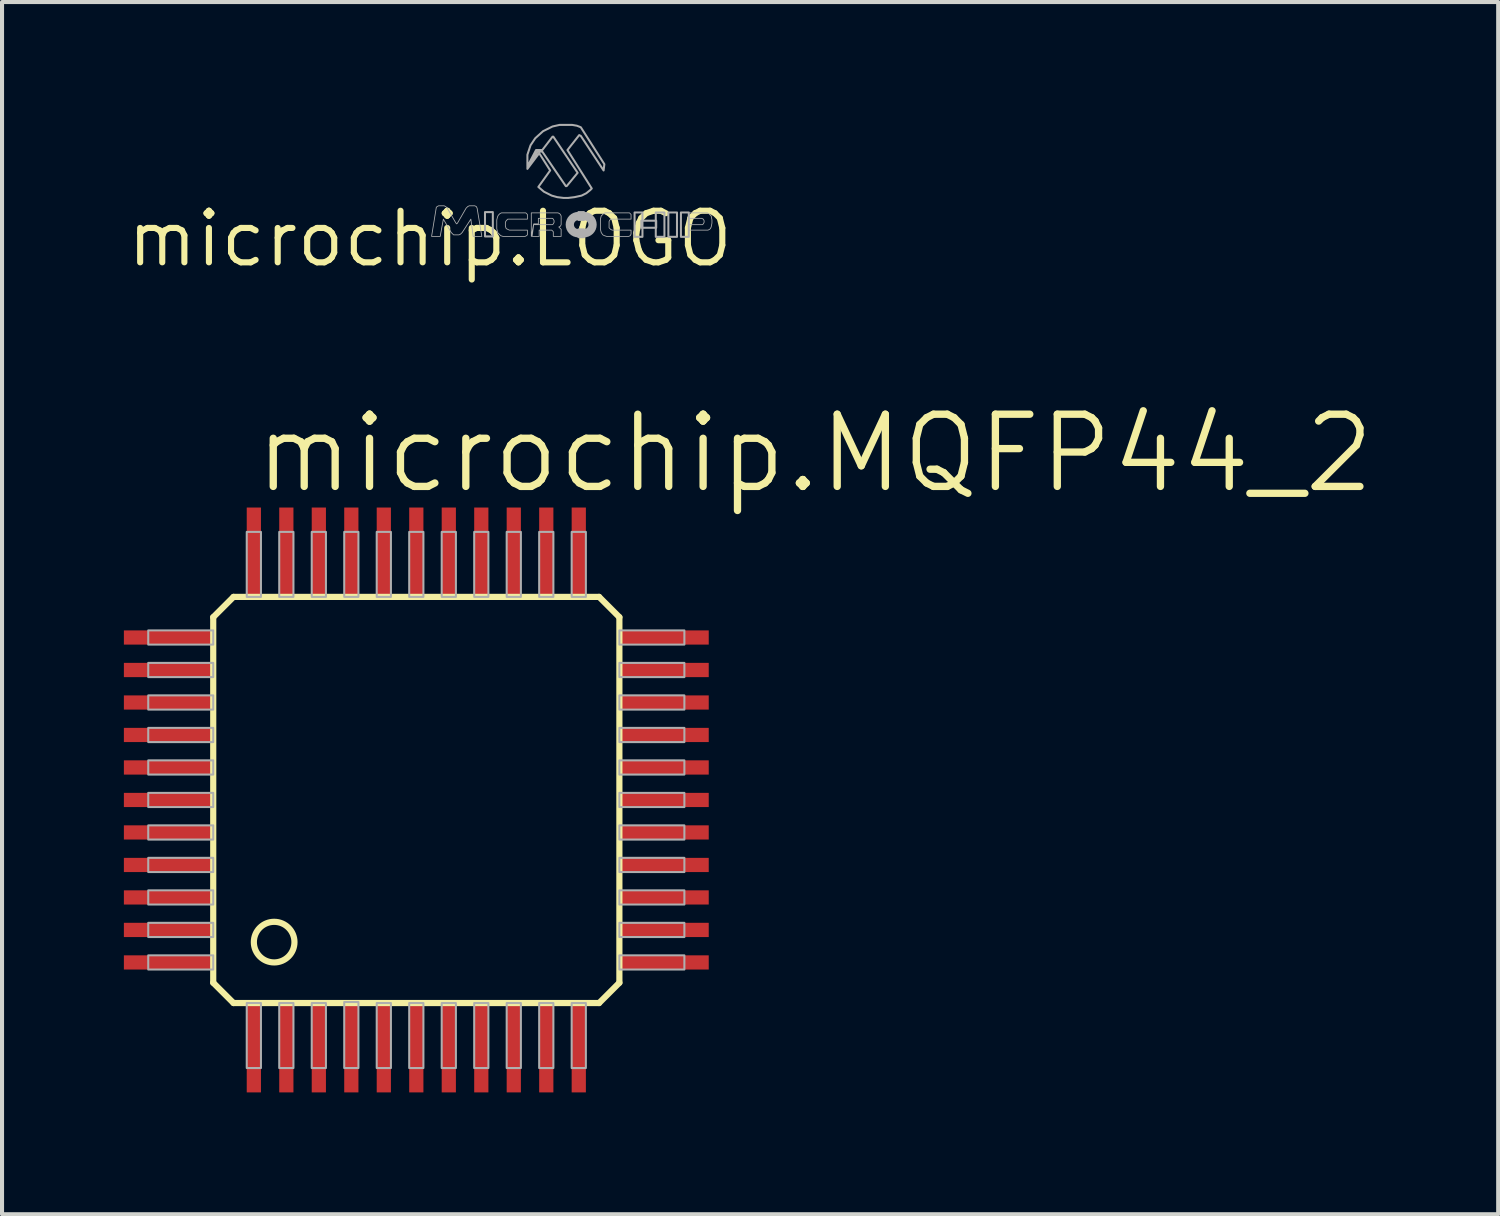
<source format=kicad_pcb>
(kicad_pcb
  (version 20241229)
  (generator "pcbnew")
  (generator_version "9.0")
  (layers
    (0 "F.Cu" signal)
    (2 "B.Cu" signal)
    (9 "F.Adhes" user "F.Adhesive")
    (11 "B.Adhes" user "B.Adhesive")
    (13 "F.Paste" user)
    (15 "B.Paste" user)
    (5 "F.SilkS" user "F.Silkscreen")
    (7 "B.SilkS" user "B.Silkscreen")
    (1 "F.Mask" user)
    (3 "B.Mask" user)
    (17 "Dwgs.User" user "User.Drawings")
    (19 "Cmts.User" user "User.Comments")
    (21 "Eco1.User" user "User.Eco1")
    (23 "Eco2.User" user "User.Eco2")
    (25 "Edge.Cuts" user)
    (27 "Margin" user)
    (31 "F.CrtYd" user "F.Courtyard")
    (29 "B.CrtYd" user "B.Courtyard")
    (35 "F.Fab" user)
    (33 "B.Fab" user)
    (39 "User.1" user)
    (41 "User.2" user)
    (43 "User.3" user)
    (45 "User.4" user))
  (footprint "microchip.MQFP44_2"
    (layer "F.Cu")
    (at 7.2 16.646)
    (property "Reference" "microchip.MQFP44_2" (at -4.064 -7.493 0) (layer "F.SilkS") (effects (font (size 1.778 1.778) (thickness 0.18)) (justify left bottom)))
    (attr smd)
    (fp_line (start -5 -4.5) (end -5 4.5) (stroke (width 0.152) (type default)) (layer "F.SilkS"))
    (fp_line (start -5 4.5) (end -4.5 5) (stroke (width 0.152) (type default)) (layer "F.SilkS"))
    (fp_line (start -4.5 -5) (end -5 -4.5) (stroke (width 0.152) (type default)) (layer "F.SilkS"))
    (fp_line (start -4.5 5) (end 4.5 5) (stroke (width 0.152) (type default)) (layer "F.SilkS"))
    (fp_line (start 4.5 -5) (end -4.5 -5) (stroke (width 0.152) (type default)) (layer "F.SilkS"))
    (fp_line (start 4.5 5) (end 5 4.5) (stroke (width 0.152) (type default)) (layer "F.SilkS"))
    (fp_line (start 5 -4.5) (end 4.5 -5) (stroke (width 0.152) (type default)) (layer "F.SilkS"))
    (fp_line (start 5 4.5) (end 5 -4.5) (stroke (width 0.152) (type default)) (layer "F.SilkS"))
    (fp_circle (center -3.5 3.5) (end -3 3.5) (stroke (width 0.152) (type default)) (fill no) (layer "F.SilkS"))
    (fp_rect (start -6.6 -3.825) (end -5 -4.175) (stroke (width 0.05) (type default)) (fill no) (layer "F.Fab"))
    (fp_rect (start -6.6 -3.025) (end -5 -3.375) (stroke (width 0.05) (type default)) (fill no) (layer "F.Fab"))
    (fp_rect (start -6.6 -2.225) (end -5 -2.575) (stroke (width 0.05) (type default)) (fill no) (layer "F.Fab"))
    (fp_rect (start -6.6 -1.425) (end -5 -1.775) (stroke (width 0.05) (type default)) (fill no) (layer "F.Fab"))
    (fp_rect (start -6.6 -0.625) (end -5 -0.975) (stroke (width 0.05) (type default)) (fill no) (layer "F.Fab"))
    (fp_rect (start -6.6 0.175) (end -5 -0.175) (stroke (width 0.05) (type default)) (fill no) (layer "F.Fab"))
    (fp_rect (start -6.6 0.975) (end -5 0.625) (stroke (width 0.05) (type default)) (fill no) (layer "F.Fab"))
    (fp_rect (start -6.6 1.775) (end -5 1.425) (stroke (width 0.05) (type default)) (fill no) (layer "F.Fab"))
    (fp_rect (start -6.6 2.575) (end -5 2.225) (stroke (width 0.05) (type default)) (fill no) (layer "F.Fab"))
    (fp_rect (start -6.6 3.375) (end -5 3.025) (stroke (width 0.05) (type default)) (fill no) (layer "F.Fab"))
    (fp_rect (start -6.6 4.175) (end -5 3.825) (stroke (width 0.05) (type default)) (fill no) (layer "F.Fab"))
    (fp_rect (start -4.175 -5) (end -3.825 -6.6) (stroke (width 0.05) (type default)) (fill no) (layer "F.Fab"))
    (fp_rect (start -4.175 6.6) (end -3.825 5) (stroke (width 0.05) (type default)) (fill no) (layer "F.Fab"))
    (fp_rect (start -3.375 -5) (end -3.025 -6.6) (stroke (width 0.05) (type default)) (fill no) (layer "F.Fab"))
    (fp_rect (start -3.375 6.6) (end -3.025 5) (stroke (width 0.05) (type default)) (fill no) (layer "F.Fab"))
    (fp_rect (start -2.575 -5) (end -2.225 -6.6) (stroke (width 0.05) (type default)) (fill no) (layer "F.Fab"))
    (fp_rect (start -2.575 6.6) (end -2.225 5) (stroke (width 0.05) (type default)) (fill no) (layer "F.Fab"))
    (fp_rect (start -1.775 -5) (end -1.425 -6.6) (stroke (width 0.05) (type default)) (fill no) (layer "F.Fab"))
    (fp_rect (start -1.775 6.6) (end -1.425 4.975) (stroke (width 0.05) (type default)) (fill no) (layer "F.Fab"))
    (fp_rect (start -0.975 -5) (end -0.625 -6.6) (stroke (width 0.05) (type default)) (fill no) (layer "F.Fab"))
    (fp_rect (start -0.975 6.6) (end -0.625 5) (stroke (width 0.05) (type default)) (fill no) (layer "F.Fab"))
    (fp_rect (start -0.175 -5) (end 0.175 -6.6) (stroke (width 0.05) (type default)) (fill no) (layer "F.Fab"))
    (fp_rect (start -0.175 6.6) (end 0.175 5) (stroke (width 0.05) (type default)) (fill no) (layer "F.Fab"))
    (fp_rect (start 0.625 -5) (end 0.975 -6.6) (stroke (width 0.05) (type default)) (fill no) (layer "F.Fab"))
    (fp_rect (start 0.625 6.6) (end 0.975 5) (stroke (width 0.05) (type default)) (fill no) (layer "F.Fab"))
    (fp_rect (start 1.425 -5) (end 1.775 -6.6) (stroke (width 0.05) (type default)) (fill no) (layer "F.Fab"))
    (fp_rect (start 1.425 6.6) (end 1.775 5) (stroke (width 0.05) (type default)) (fill no) (layer "F.Fab"))
    (fp_rect (start 2.225 -5) (end 2.575 -6.6) (stroke (width 0.05) (type default)) (fill no) (layer "F.Fab"))
    (fp_rect (start 2.225 6.6) (end 2.575 5) (stroke (width 0.05) (type default)) (fill no) (layer "F.Fab"))
    (fp_rect (start 3.025 -5) (end 3.375 -6.6) (stroke (width 0.05) (type default)) (fill no) (layer "F.Fab"))
    (fp_rect (start 3.025 6.6) (end 3.375 5) (stroke (width 0.05) (type default)) (fill no) (layer "F.Fab"))
    (fp_rect (start 3.825 -5) (end 4.175 -6.6) (stroke (width 0.05) (type default)) (fill no) (layer "F.Fab"))
    (fp_rect (start 3.825 6.6) (end 4.175 5) (stroke (width 0.05) (type default)) (fill no) (layer "F.Fab"))
    (fp_rect (start 5 -3.825) (end 6.6 -4.175) (stroke (width 0.05) (type default)) (fill no) (layer "F.Fab"))
    (fp_rect (start 5 -3.025) (end 6.6 -3.375) (stroke (width 0.05) (type default)) (fill no) (layer "F.Fab"))
    (fp_rect (start 5 -2.225) (end 6.6 -2.575) (stroke (width 0.05) (type default)) (fill no) (layer "F.Fab"))
    (fp_rect (start 5 -1.425) (end 6.6 -1.775) (stroke (width 0.05) (type default)) (fill no) (layer "F.Fab"))
    (fp_rect (start 5 -0.625) (end 6.6 -0.975) (stroke (width 0.05) (type default)) (fill no) (layer "F.Fab"))
    (fp_rect (start 5 0.175) (end 6.6 -0.175) (stroke (width 0.05) (type default)) (fill no) (layer "F.Fab"))
    (fp_rect (start 5 0.975) (end 6.6 0.625) (stroke (width 0.05) (type default)) (fill no) (layer "F.Fab"))
    (fp_rect (start 5 1.775) (end 6.6 1.425) (stroke (width 0.05) (type default)) (fill no) (layer "F.Fab"))
    (fp_rect (start 5 2.575) (end 6.6 2.225) (stroke (width 0.05) (type default)) (fill no) (layer "F.Fab"))
    (fp_rect (start 5 3.375) (end 6.6 3.025) (stroke (width 0.05) (type default)) (fill no) (layer "F.Fab"))
    (fp_rect (start 5 4.175) (end 6.6 3.825) (stroke (width 0.05) (type default)) (fill no) (layer "F.Fab"))
    (pad "1" smd roundrect (at -4 6.1) (size 0.35 2.2) (layers "F.Cu" "F.Mask" "F.Paste") (roundrect_rratio 0.01))
    (pad "2" smd roundrect (at -3.2 6.1) (size 0.35 2.2) (layers "F.Cu" "F.Mask" "F.Paste") (roundrect_rratio 0.01))
    (pad "3" smd roundrect (at -2.4 6.1) (size 0.35 2.2) (layers "F.Cu" "F.Mask" "F.Paste") (roundrect_rratio 0.01))
    (pad "4" smd roundrect (at -1.6 6.1) (size 0.35 2.2) (layers "F.Cu" "F.Mask" "F.Paste") (roundrect_rratio 0.01))
    (pad "5" smd roundrect (at -0.8 6.1) (size 0.35 2.2) (layers "F.Cu" "F.Mask" "F.Paste") (roundrect_rratio 0.01))
    (pad "6" smd roundrect (at 0 6.1) (size 0.35 2.2) (layers "F.Cu" "F.Mask" "F.Paste") (roundrect_rratio 0.01))
    (pad "7" smd roundrect (at 0.8 6.1) (size 0.35 2.2) (layers "F.Cu" "F.Mask" "F.Paste") (roundrect_rratio 0.01))
    (pad "8" smd roundrect (at 1.6 6.1) (size 0.35 2.2) (layers "F.Cu" "F.Mask" "F.Paste") (roundrect_rratio 0.01))
    (pad "9" smd roundrect (at 2.4 6.1) (size 0.35 2.2) (layers "F.Cu" "F.Mask" "F.Paste") (roundrect_rratio 0.01))
    (pad "10" smd roundrect (at 3.2 6.1) (size 0.35 2.2) (layers "F.Cu" "F.Mask" "F.Paste") (roundrect_rratio 0.01))
    (pad "11" smd roundrect (at 4 6.1) (size 0.35 2.2) (layers "F.Cu" "F.Mask" "F.Paste") (roundrect_rratio 0.01))
    (pad "12" smd roundrect (at 6.1 4) (size 2.2 0.35) (layers "F.Cu" "F.Mask" "F.Paste") (roundrect_rratio 0.01))
    (pad "13" smd roundrect (at 6.1 3.2) (size 2.2 0.35) (layers "F.Cu" "F.Mask" "F.Paste") (roundrect_rratio 0.01))
    (pad "14" smd roundrect (at 6.1 2.4) (size 2.2 0.35) (layers "F.Cu" "F.Mask" "F.Paste") (roundrect_rratio 0.01))
    (pad "15" smd roundrect (at 6.1 1.6) (size 2.2 0.35) (layers "F.Cu" "F.Mask" "F.Paste") (roundrect_rratio 0.01))
    (pad "16" smd roundrect (at 6.1 0.8) (size 2.2 0.35) (layers "F.Cu" "F.Mask" "F.Paste") (roundrect_rratio 0.01))
    (pad "17" smd roundrect (at 6.1 0) (size 2.2 0.35) (layers "F.Cu" "F.Mask" "F.Paste") (roundrect_rratio 0.01))
    (pad "18" smd roundrect (at 6.1 -0.8) (size 2.2 0.35) (layers "F.Cu" "F.Mask" "F.Paste") (roundrect_rratio 0.01))
    (pad "19" smd roundrect (at 6.1 -1.6) (size 2.2 0.35) (layers "F.Cu" "F.Mask" "F.Paste") (roundrect_rratio 0.01))
    (pad "20" smd roundrect (at 6.1 -2.4) (size 2.2 0.35) (layers "F.Cu" "F.Mask" "F.Paste") (roundrect_rratio 0.01))
    (pad "21" smd roundrect (at 6.1 -3.2) (size 2.2 0.35) (layers "F.Cu" "F.Mask" "F.Paste") (roundrect_rratio 0.01))
    (pad "22" smd roundrect (at 6.1 -4) (size 2.2 0.35) (layers "F.Cu" "F.Mask" "F.Paste") (roundrect_rratio 0.01))
    (pad "23" smd roundrect (at 4 -6.1) (size 0.35 2.2) (layers "F.Cu" "F.Mask" "F.Paste") (roundrect_rratio 0.01))
    (pad "24" smd roundrect (at 3.2 -6.1) (size 0.35 2.2) (layers "F.Cu" "F.Mask" "F.Paste") (roundrect_rratio 0.01))
    (pad "25" smd roundrect (at 2.4 -6.1) (size 0.35 2.2) (layers "F.Cu" "F.Mask" "F.Paste") (roundrect_rratio 0.01))
    (pad "26" smd roundrect (at 1.6 -6.1) (size 0.35 2.2) (layers "F.Cu" "F.Mask" "F.Paste") (roundrect_rratio 0.01))
    (pad "27" smd roundrect (at 0.8 -6.1) (size 0.35 2.2) (layers "F.Cu" "F.Mask" "F.Paste") (roundrect_rratio 0.01))
    (pad "28" smd roundrect (at 0 -6.1) (size 0.35 2.2) (layers "F.Cu" "F.Mask" "F.Paste") (roundrect_rratio 0.01))
    (pad "29" smd roundrect (at -0.8 -6.1) (size 0.35 2.2) (layers "F.Cu" "F.Mask" "F.Paste") (roundrect_rratio 0.01))
    (pad "30" smd roundrect (at -1.6 -6.1) (size 0.35 2.2) (layers "F.Cu" "F.Mask" "F.Paste") (roundrect_rratio 0.01))
    (pad "31" smd roundrect (at -2.4 -6.1) (size 0.35 2.2) (layers "F.Cu" "F.Mask" "F.Paste") (roundrect_rratio 0.01))
    (pad "32" smd roundrect (at -3.2 -6.1) (size 0.35 2.2) (layers "F.Cu" "F.Mask" "F.Paste") (roundrect_rratio 0.01))
    (pad "33" smd roundrect (at -4 -6.1) (size 0.35 2.2) (layers "F.Cu" "F.Mask" "F.Paste") (roundrect_rratio 0.01))
    (pad "34" smd roundrect (at -6.1 -4) (size 2.2 0.35) (layers "F.Cu" "F.Mask" "F.Paste") (roundrect_rratio 0.01))
    (pad "35" smd roundrect (at -6.1 -3.2) (size 2.2 0.35) (layers "F.Cu" "F.Mask" "F.Paste") (roundrect_rratio 0.01))
    (pad "36" smd roundrect (at -6.1 -2.4) (size 2.2 0.35) (layers "F.Cu" "F.Mask" "F.Paste") (roundrect_rratio 0.01))
    (pad "37" smd roundrect (at -6.1 -1.6) (size 2.2 0.35) (layers "F.Cu" "F.Mask" "F.Paste") (roundrect_rratio 0.01))
    (pad "38" smd roundrect (at -6.1 -0.8) (size 2.2 0.35) (layers "F.Cu" "F.Mask" "F.Paste") (roundrect_rratio 0.01))
    (pad "39" smd roundrect (at -6.1 0) (size 2.2 0.35) (layers "F.Cu" "F.Mask" "F.Paste") (roundrect_rratio 0.01))
    (pad "40" smd roundrect (at -6.1 0.8) (size 2.2 0.35) (layers "F.Cu" "F.Mask" "F.Paste") (roundrect_rratio 0.01))
    (pad "41" smd roundrect (at -6.1 1.6) (size 2.2 0.35) (layers "F.Cu" "F.Mask" "F.Paste") (roundrect_rratio 0.01))
    (pad "42" smd roundrect (at -6.1 2.4) (size 2.2 0.35) (layers "F.Cu" "F.Mask" "F.Paste") (roundrect_rratio 0.01))
    (pad "43" smd roundrect (at -6.1 3.2) (size 2.2 0.35) (layers "F.Cu" "F.Mask" "F.Paste") (roundrect_rratio 0.01))
    (pad "44" smd roundrect (at -6.1 4) (size 2.2 0.35) (layers "F.Cu" "F.Mask" "F.Paste") (roundrect_rratio 0.01)))
  (footprint "microchip.LOGO"
    (layer "F.Cu")
    (at 7.537 2.829)
    (property "Reference" "microchip.LOGO" (at 0 0 0) (layer "F.SilkS") (effects (font (size 1.27 1.27) (thickness 0.15))))
    (fp_rect (start 1.354 -0.058) (end 1.547 -0.657) (stroke (width 0.05) (type default)) (fill no) (layer "F.Fab"))
    (fp_rect (start 3.655 -0.464) (end 3.79 -0.657) (stroke (width 0.05) (type default)) (fill no) (layer "F.Fab"))
    (fp_rect (start 3.655 -0.039) (end 3.79 -0.232) (stroke (width 0.05) (type default)) (fill no) (layer "F.Fab"))
    (fp_rect (start 5.037 -0.048) (end 5.231 -0.648) (stroke (width 0.05) (type default)) (fill no) (layer "F.Fab"))
    (fp_rect (start 5.202 -0.271) (end 5.569 -0.445) (stroke (width 0.05) (type default)) (fill no) (layer "F.Fab"))
    (fp_rect (start 5.559 -0.048) (end 5.772 -0.648) (stroke (width 0.05) (type default)) (fill no) (layer "F.Fab"))
    (fp_rect (start 5.869 -0.048) (end 6.081 -0.648) (stroke (width 0.05) (type default)) (fill no) (layer "F.Fab"))
    (fp_rect (start 6.178 -0.048) (end 6.372 -0.648) (stroke (width 0.05) (type default)) (fill no) (layer "F.Fab"))
    (fp_arc (start 3.6547 -0.1354) (mid 3.442 -0.3481) (end 3.6547 -0.5608) (stroke (width 0.2032) (type default)) (layer "F.Fab"))
    (fp_arc (start 3.7901 -0.5607) (mid 4.0028 -0.348) (end 3.7901 -0.1353) (stroke (width 0.2032) (type default)) (layer "F.Fab"))
    (fp_poly (pts (xy 6.362 -0.213) (xy 6.845 -0.213) (xy 6.884 -0.232) (xy 6.903 -0.251) (xy 6.923 -0.29) (xy 6.942 -0.387) (xy 6.942 -0.464) (xy 6.923 -0.561) (xy 6.865 -0.619) (xy 6.826 -0.638) (xy 6.362 -0.638) (xy 6.362 -0.503) (xy 6.691 -0.503) (xy 6.729 -0.483) (xy 6.749 -0.445) (xy 6.749 -0.406) (xy 6.729 -0.367) (xy 6.71 -0.348) (xy 6.362 -0.348)) (stroke (width 0.02) (type default)) (fill no) (layer "F.Fab"))
    (fp_poly (pts (xy 4.95 -0.483) (xy 4.95 -0.599) (xy 4.912 -0.638) (xy 4.312 -0.638) (xy 4.274 -0.619) (xy 4.215 -0.561) (xy 4.196 -0.483) (xy 4.196 -0.232) (xy 4.215 -0.155) (xy 4.254 -0.097) (xy 4.293 -0.077) (xy 4.351 -0.058) (xy 4.892 -0.058) (xy 4.931 -0.077) (xy 4.95 -0.116) (xy 4.95 -0.213) (xy 4.486 -0.213) (xy 4.447 -0.232) (xy 4.409 -0.271) (xy 4.409 -0.425) (xy 4.428 -0.464) (xy 4.467 -0.483)) (stroke (width 0.02) (type default)) (fill no) (layer "F.Fab"))
    (fp_poly (pts (xy 2.398 -0.483) (xy 2.398 -0.599) (xy 2.359 -0.638) (xy 1.76 -0.638) (xy 1.721 -0.619) (xy 1.682 -0.58) (xy 1.663 -0.541) (xy 1.644 -0.464) (xy 1.644 -0.251) (xy 1.663 -0.155) (xy 1.702 -0.116) (xy 1.74 -0.077) (xy 1.798 -0.058) (xy 2.34 -0.058) (xy 2.378 -0.077) (xy 2.398 -0.097) (xy 2.398 -0.213) (xy 1.953 -0.213) (xy 1.876 -0.251) (xy 1.856 -0.309) (xy 1.856 -0.406) (xy 1.876 -0.445) (xy 1.914 -0.483)) (stroke (width 0.02) (type default)) (fill no) (layer "F.Fab"))
    (fp_poly (pts (xy 2.494 -0.058) (xy 2.494 -0.638) (xy 3.152 -0.638) (xy 3.191 -0.619) (xy 3.21 -0.599) (xy 3.229 -0.561) (xy 3.229 -0.348) (xy 3.21 -0.309) (xy 3.171 -0.29) (xy 3.229 -0.232) (xy 3.229 -0.058) (xy 3.036 -0.058) (xy 3.036 -0.174) (xy 3.017 -0.193) (xy 2.997 -0.213) (xy 2.688 -0.213) (xy 2.688 -0.058) (xy 2.514 -0.058) (xy 2.553 -0.348) (xy 3.017 -0.348) (xy 3.036 -0.367) (xy 3.055 -0.406) (xy 3.055 -0.445) (xy 3.036 -0.483) (xy 3.017 -0.503) (xy 2.668 -0.503) (xy 2.668 -0.367) (xy 2.553 -0.367)) (stroke (width 0.02) (type default)) (fill no) (layer "F.Fab"))
    (fp_poly (pts (xy 0.039 -0.058) (xy 0.155 -0.773) (xy 0.174 -0.793) (xy 0.213 -0.812) (xy 0.348 -0.812) (xy 0.387 -0.793) (xy 0.425 -0.754) (xy 0.638 -0.387) (xy 0.657 -0.367) (xy 0.677 -0.387) (xy 0.889 -0.754) (xy 0.909 -0.773) (xy 0.928 -0.793) (xy 0.967 -0.812) (xy 1.102 -0.812) (xy 1.141 -0.793) (xy 1.16 -0.754) (xy 1.276 -0.058) (xy 1.063 -0.058) (xy 1.006 -0.483) (xy 0.793 -0.155) (xy 0.773 -0.135) (xy 0.754 -0.116) (xy 0.716 -0.097) (xy 0.58 -0.097) (xy 0.561 -0.116) (xy 0.522 -0.155) (xy 0.329 -0.483) (xy 0.251 -0.058)) (stroke (width 0.02) (type default)) (fill no) (layer "F.Fab"))
    (fp_poly (pts (xy 2.398 -1.721) (xy 2.688 -2.108) (xy 2.959 -1.682) (xy 2.668 -1.276) (xy 2.804 -1.16) (xy 2.997 -1.063) (xy 3.133 -1.025) (xy 3.287 -1.006) (xy 3.403 -1.006) (xy 3.558 -1.025) (xy 3.732 -1.063) (xy 3.848 -1.121) (xy 3.945 -1.199) (xy 3.983 -1.238) (xy 3.384 -2.185) (xy 3.674 -2.553) (xy 3.713 -2.533) (xy 4.274 -1.682) (xy 4.293 -1.837) (xy 3.713 -2.746) (xy 3.616 -2.784) (xy 3.5 -2.804) (xy 3.191 -2.804) (xy 3.017 -2.765) (xy 2.784 -2.649) (xy 2.591 -2.475) (xy 2.475 -2.301) (xy 2.398 -2.069) (xy 2.398 -1.779) (xy 2.611 -2.185) (xy 2.765 -2.185) (xy 3.017 -2.514) (xy 3.036 -2.514) (xy 3.635 -1.624) (xy 3.365 -1.296) (xy 3.345 -1.296) (xy 2.765 -2.146) (xy 2.649 -2.146) (xy 2.398 -1.76)) (stroke (width 0.05) (type default)) (fill no) (layer "F.Fab")))
  (gr_rect
    (start -3 -3)
    (end 33.837 26.846)
    (stroke (width 0.1) (type default))
    (fill no)
    (layer "Edge.Cuts")))
</source>
